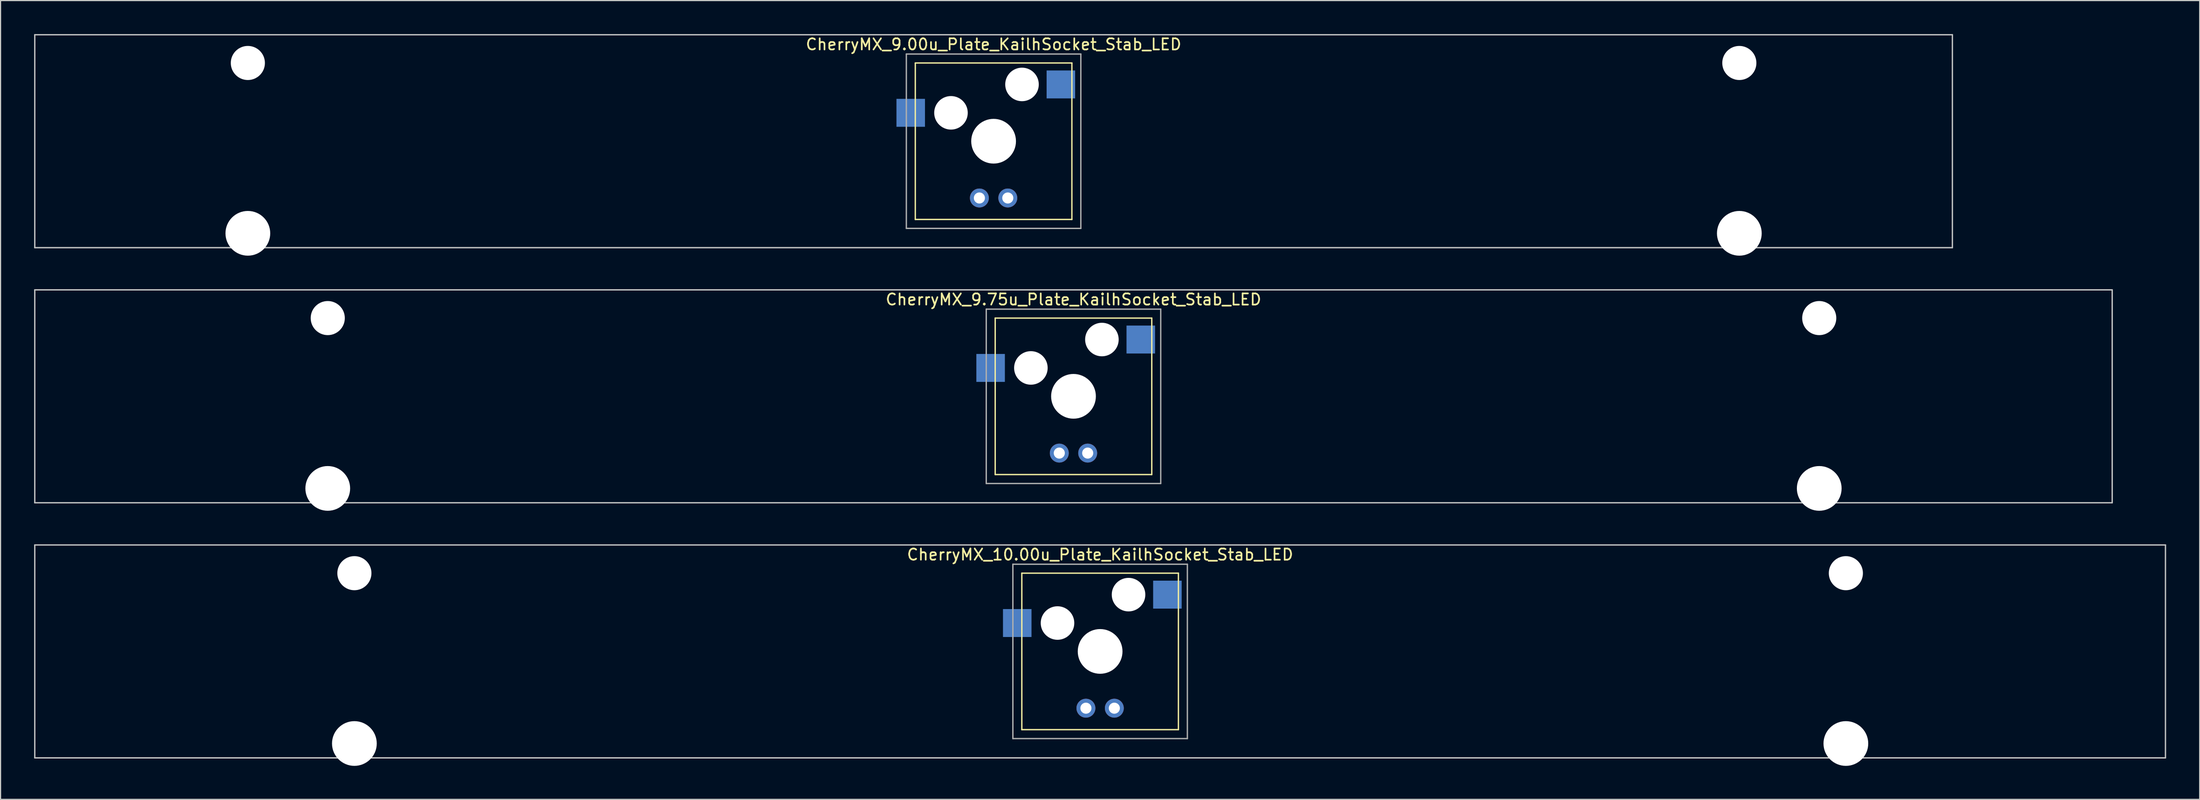
<source format=kicad_pcb>
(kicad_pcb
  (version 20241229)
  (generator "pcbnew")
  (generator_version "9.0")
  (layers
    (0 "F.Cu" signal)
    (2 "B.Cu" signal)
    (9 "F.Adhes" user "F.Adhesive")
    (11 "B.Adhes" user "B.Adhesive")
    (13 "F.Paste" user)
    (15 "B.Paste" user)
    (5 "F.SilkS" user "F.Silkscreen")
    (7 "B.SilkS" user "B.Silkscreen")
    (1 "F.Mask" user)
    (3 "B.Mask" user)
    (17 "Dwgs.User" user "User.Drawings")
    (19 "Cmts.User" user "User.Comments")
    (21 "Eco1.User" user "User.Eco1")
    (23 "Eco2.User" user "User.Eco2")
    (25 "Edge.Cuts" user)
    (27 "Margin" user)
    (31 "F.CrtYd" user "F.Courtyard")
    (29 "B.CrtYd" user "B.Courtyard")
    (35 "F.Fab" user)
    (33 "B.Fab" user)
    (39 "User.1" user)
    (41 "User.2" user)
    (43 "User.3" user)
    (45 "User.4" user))
  (footprint "CherryMX_10.00u_Plate_KailhSocket_Stab_LED"
    (layer "F.Cu")
    (at 95.31 55.235)
    (property "Reference" "CherryMX_10.00u_Plate_KailhSocket_Stab_LED" (at 0 -8.662 0) (layer "F.SilkS") (effects (font (size 1 1) (thickness 0.15))))
    (attr through_hole)
    (fp_line (start -7 -7) (end -7 7) (stroke (width 0.12) (type solid)) (layer "F.SilkS"))
    (fp_line (start -7 -7) (end 7 -7) (stroke (width 0.12) (type solid)) (layer "F.SilkS"))
    (fp_line (start 7 -7) (end 7 7) (stroke (width 0.12) (type solid)) (layer "F.SilkS"))
    (fp_line (start 7 7) (end -7 7) (stroke (width 0.12) (type solid)) (layer "F.SilkS"))
    (fp_line (start -95.25 -9.525) (end 95.25 -9.525) (stroke (width 0.12) (type solid)) (layer "Dwgs.User"))
    (fp_line (start -95.25 9.525) (end -95.25 -9.525) (stroke (width 0.12) (type solid)) (layer "Dwgs.User"))
    (fp_line (start 95.25 -9.525) (end 95.25 9.525) (stroke (width 0.12) (type solid)) (layer "Dwgs.User"))
    (fp_line (start 95.25 9.525) (end -95.25 9.525) (stroke (width 0.12) (type solid)) (layer "Dwgs.User"))
    (fp_line (start -7.8 -7.8) (end -7.8 7.8) (stroke (width 0.12) (type solid)) (layer "F.Fab"))
    (fp_line (start -7.8 -7.8) (end 7.8 -7.8) (stroke (width 0.12) (type solid)) (layer "F.Fab"))
    (fp_line (start -7.8 7.8) (end 7.8 7.8) (stroke (width 0.12) (type solid)) (layer "F.Fab"))
    (fp_line (start 7.8 -7.8) (end 7.8 7.8) (stroke (width 0.12) (type solid)) (layer "F.Fab"))
    (pad "" np_thru_hole circle (at -66.675 -7) (size 3.05 3.05) (drill 3.05) (layers "*.Cu" "*.Mask"))
    (pad "" np_thru_hole circle (at -66.675 8.24) (size 4 4) (drill 4) (layers "*.Cu" "*.Mask"))
    (pad "" np_thru_hole circle (at -3.81 -2.54) (size 3 3) (drill 3) (layers "*.Cu" "*.Mask"))
    (pad "" np_thru_hole circle (at 0 0) (size 4 4) (drill 4) (layers "*.Cu" "*.Mask"))
    (pad "" np_thru_hole circle (at 2.54 -5.08) (size 3 3) (drill 3) (layers "*.Cu" "*.Mask"))
    (pad "" np_thru_hole circle (at 66.675 -7) (size 3.05 3.05) (drill 3.05) (layers "*.Cu" "*.Mask"))
    (pad "" np_thru_hole circle (at 66.675 8.24) (size 4 4) (drill 4) (layers "*.Cu" "*.Mask"))
    (pad "1" smd rect (at -7.41 -2.54) (size 2.55 2.5) (layers "B.Cu" "B.Mask" "B.Paste"))
    (pad "2" smd rect (at 6.015 -5.08) (size 2.55 2.5) (layers "B.Cu" "B.Mask" "B.Paste"))
    (pad "3" thru_hole circle (at -1.27 5.08) (size 1.691 1.691) (drill 0.991) (layers "*.Cu" "*.Mask"))
    (pad "4" thru_hole circle (at 1.27 5.08) (size 1.691 1.691) (drill 0.991) (layers "*.Cu" "*.Mask")))
  (footprint "CherryMX_9.75u_Plate_KailhSocket_Stab_LED"
    (layer "F.Cu")
    (at 92.929 32.41)
    (property "Reference" "CherryMX_9.75u_Plate_KailhSocket_Stab_LED" (at 0 -8.662 0) (layer "F.SilkS") (effects (font (size 1 1) (thickness 0.15))))
    (attr through_hole)
    (fp_line (start -7 -7) (end -7 7) (stroke (width 0.12) (type solid)) (layer "F.SilkS"))
    (fp_line (start -7 -7) (end 7 -7) (stroke (width 0.12) (type solid)) (layer "F.SilkS"))
    (fp_line (start 7 -7) (end 7 7) (stroke (width 0.12) (type solid)) (layer "F.SilkS"))
    (fp_line (start 7 7) (end -7 7) (stroke (width 0.12) (type solid)) (layer "F.SilkS"))
    (fp_line (start -92.869 -9.525) (end 92.869 -9.525) (stroke (width 0.12) (type solid)) (layer "Dwgs.User"))
    (fp_line (start -92.869 9.525) (end -92.869 -9.525) (stroke (width 0.12) (type solid)) (layer "Dwgs.User"))
    (fp_line (start 92.869 -9.525) (end 92.869 9.525) (stroke (width 0.12) (type solid)) (layer "Dwgs.User"))
    (fp_line (start 92.869 9.525) (end -92.869 9.525) (stroke (width 0.12) (type solid)) (layer "Dwgs.User"))
    (fp_line (start -7.8 -7.8) (end -7.8 7.8) (stroke (width 0.12) (type solid)) (layer "F.Fab"))
    (fp_line (start -7.8 -7.8) (end 7.8 -7.8) (stroke (width 0.12) (type solid)) (layer "F.Fab"))
    (fp_line (start -7.8 7.8) (end 7.8 7.8) (stroke (width 0.12) (type solid)) (layer "F.Fab"))
    (fp_line (start 7.8 -7.8) (end 7.8 7.8) (stroke (width 0.12) (type solid)) (layer "F.Fab"))
    (pad "" np_thru_hole circle (at -66.675 -7) (size 3.05 3.05) (drill 3.05) (layers "*.Cu" "*.Mask"))
    (pad "" np_thru_hole circle (at -66.675 8.24) (size 4 4) (drill 4) (layers "*.Cu" "*.Mask"))
    (pad "" np_thru_hole circle (at -3.81 -2.54) (size 3 3) (drill 3) (layers "*.Cu" "*.Mask"))
    (pad "" np_thru_hole circle (at 0 0) (size 4 4) (drill 4) (layers "*.Cu" "*.Mask"))
    (pad "" np_thru_hole circle (at 2.54 -5.08) (size 3 3) (drill 3) (layers "*.Cu" "*.Mask"))
    (pad "" np_thru_hole circle (at 66.675 -7) (size 3.05 3.05) (drill 3.05) (layers "*.Cu" "*.Mask"))
    (pad "" np_thru_hole circle (at 66.675 8.24) (size 4 4) (drill 4) (layers "*.Cu" "*.Mask"))
    (pad "1" smd rect (at -7.41 -2.54) (size 2.55 2.5) (layers "B.Cu" "B.Mask" "B.Paste"))
    (pad "2" smd rect (at 6.015 -5.08) (size 2.55 2.5) (layers "B.Cu" "B.Mask" "B.Paste"))
    (pad "3" thru_hole circle (at -1.27 5.08) (size 1.691 1.691) (drill 0.991) (layers "*.Cu" "*.Mask"))
    (pad "4" thru_hole circle (at 1.27 5.08) (size 1.691 1.691) (drill 0.991) (layers "*.Cu" "*.Mask")))
  (footprint "CherryMX_9.00u_Plate_KailhSocket_Stab_LED"
    (layer "F.Cu")
    (at 85.785 9.585)
    (property "Reference" "CherryMX_9.00u_Plate_KailhSocket_Stab_LED" (at 0 -8.662 0) (layer "F.SilkS") (effects (font (size 1 1) (thickness 0.15))))
    (attr through_hole)
    (fp_line (start -7 -7) (end -7 7) (stroke (width 0.12) (type solid)) (layer "F.SilkS"))
    (fp_line (start -7 -7) (end 7 -7) (stroke (width 0.12) (type solid)) (layer "F.SilkS"))
    (fp_line (start 7 -7) (end 7 7) (stroke (width 0.12) (type solid)) (layer "F.SilkS"))
    (fp_line (start 7 7) (end -7 7) (stroke (width 0.12) (type solid)) (layer "F.SilkS"))
    (fp_line (start -85.725 -9.525) (end 85.725 -9.525) (stroke (width 0.12) (type solid)) (layer "Dwgs.User"))
    (fp_line (start -85.725 9.525) (end -85.725 -9.525) (stroke (width 0.12) (type solid)) (layer "Dwgs.User"))
    (fp_line (start 85.725 -9.525) (end 85.725 9.525) (stroke (width 0.12) (type solid)) (layer "Dwgs.User"))
    (fp_line (start 85.725 9.525) (end -85.725 9.525) (stroke (width 0.12) (type solid)) (layer "Dwgs.User"))
    (fp_line (start -7.8 -7.8) (end -7.8 7.8) (stroke (width 0.12) (type solid)) (layer "F.Fab"))
    (fp_line (start -7.8 -7.8) (end 7.8 -7.8) (stroke (width 0.12) (type solid)) (layer "F.Fab"))
    (fp_line (start -7.8 7.8) (end 7.8 7.8) (stroke (width 0.12) (type solid)) (layer "F.Fab"))
    (fp_line (start 7.8 -7.8) (end 7.8 7.8) (stroke (width 0.12) (type solid)) (layer "F.Fab"))
    (pad "" np_thru_hole circle (at -66.675 -7) (size 3.05 3.05) (drill 3.05) (layers "*.Cu" "*.Mask"))
    (pad "" np_thru_hole circle (at -66.675 8.24) (size 4 4) (drill 4) (layers "*.Cu" "*.Mask"))
    (pad "" np_thru_hole circle (at -3.81 -2.54) (size 3 3) (drill 3) (layers "*.Cu" "*.Mask"))
    (pad "" np_thru_hole circle (at 0 0) (size 4 4) (drill 4) (layers "*.Cu" "*.Mask"))
    (pad "" np_thru_hole circle (at 2.54 -5.08) (size 3 3) (drill 3) (layers "*.Cu" "*.Mask"))
    (pad "" np_thru_hole circle (at 66.675 -7) (size 3.05 3.05) (drill 3.05) (layers "*.Cu" "*.Mask"))
    (pad "" np_thru_hole circle (at 66.675 8.24) (size 4 4) (drill 4) (layers "*.Cu" "*.Mask"))
    (pad "1" smd rect (at -7.41 -2.54) (size 2.55 2.5) (layers "B.Cu" "B.Mask" "B.Paste"))
    (pad "2" smd rect (at 6.015 -5.08) (size 2.55 2.5) (layers "B.Cu" "B.Mask" "B.Paste"))
    (pad "3" thru_hole circle (at -1.27 5.08) (size 1.691 1.691) (drill 0.991) (layers "*.Cu" "*.Mask"))
    (pad "4" thru_hole circle (at 1.27 5.08) (size 1.691 1.691) (drill 0.991) (layers "*.Cu" "*.Mask")))
  (gr_rect
    (start -3 -3)
    (end 193.62 68.475)
    (stroke (width 0.1) (type default))
    (fill no)
    (layer "Edge.Cuts")))
</source>
